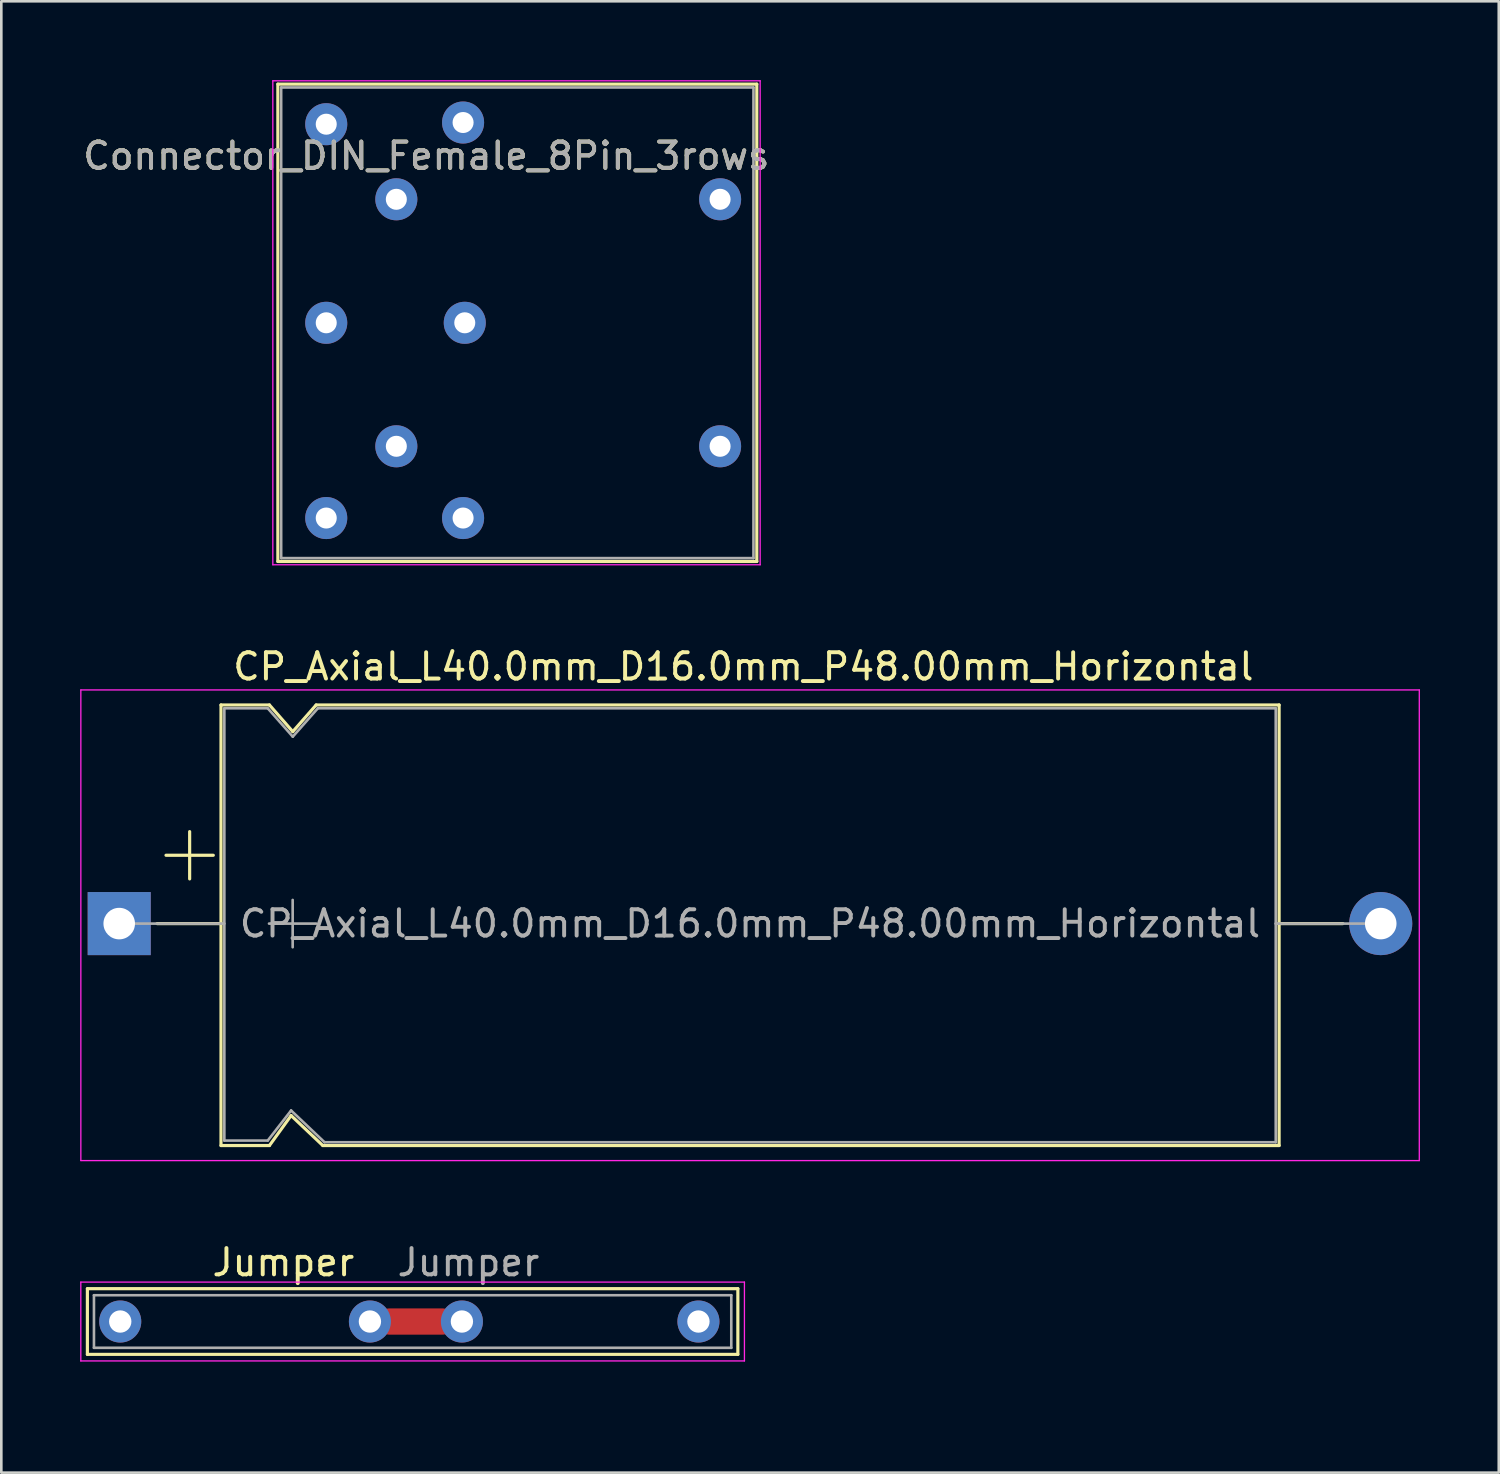
<source format=kicad_pcb>
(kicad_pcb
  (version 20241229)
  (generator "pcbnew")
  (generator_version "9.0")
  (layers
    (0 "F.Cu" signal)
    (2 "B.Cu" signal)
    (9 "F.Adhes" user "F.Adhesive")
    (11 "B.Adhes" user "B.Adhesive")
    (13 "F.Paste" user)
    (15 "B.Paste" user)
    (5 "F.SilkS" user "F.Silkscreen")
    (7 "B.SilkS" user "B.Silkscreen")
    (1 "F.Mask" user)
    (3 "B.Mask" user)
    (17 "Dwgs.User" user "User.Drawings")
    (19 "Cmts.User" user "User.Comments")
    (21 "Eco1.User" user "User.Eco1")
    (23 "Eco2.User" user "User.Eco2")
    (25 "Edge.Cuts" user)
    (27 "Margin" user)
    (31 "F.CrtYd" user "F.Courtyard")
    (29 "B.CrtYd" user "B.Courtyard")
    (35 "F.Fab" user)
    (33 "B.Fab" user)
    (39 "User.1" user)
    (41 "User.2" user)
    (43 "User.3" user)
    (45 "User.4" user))
  (footprint "Connector_DIN_Female_8Pin_3rows"
    (layer "F.Cu")
    (at 14.443 9.232)
    (property "Reference" "Connector_DIN_Female_8Pin_3rows" (at -1.27 -6.35 0) (layer "F.SilkS") (effects (font (size 1 1) (thickness 0.15))))
    (attr through_hole)
    (fp_line (start -6.921 -9.081) (end -6.921 9.081) (stroke (width 0.12) (type solid)) (layer "F.SilkS"))
    (fp_line (start -6.921 -9.081) (end 11.303 -9.081) (stroke (width 0.12) (type solid)) (layer "F.SilkS"))
    (fp_line (start -6.921 9.081) (end 11.303 9.081) (stroke (width 0.12) (type solid)) (layer "F.SilkS"))
    (fp_line (start 11.303 -9.081) (end 11.303 9.081) (stroke (width 0.12) (type solid)) (layer "F.SilkS"))
    (fp_line (start -7.112 -9.207) (end -7.112 9.207) (stroke (width 0.05) (type solid)) (layer "F.CrtYd"))
    (fp_line (start -7.112 -9.207) (end 11.43 -9.207) (stroke (width 0.05) (type solid)) (layer "F.CrtYd"))
    (fp_line (start 11.43 9.207) (end -7.112 9.207) (stroke (width 0.05) (type solid)) (layer "F.CrtYd"))
    (fp_line (start 11.43 9.207) (end 11.43 -9.207) (stroke (width 0.05) (type solid)) (layer "F.CrtYd"))
    (fp_line (start -6.795 -8.954) (end 11.176 -8.954) (stroke (width 0.1) (type solid)) (layer "F.Fab"))
    (fp_line (start -6.795 8.954) (end -6.795 -8.954) (stroke (width 0.1) (type solid)) (layer "F.Fab"))
    (fp_line (start 11.176 -8.954) (end 11.176 8.954) (stroke (width 0.1) (type solid)) (layer "F.Fab"))
    (fp_line (start 11.176 8.954) (end -6.795 8.954) (stroke (width 0.1) (type solid)) (layer "F.Fab"))
    (fp_text user "${REFERENCE}" (at -1.27 -6.35 0) (layer "F.Fab") (effects (font (size 1 1) (thickness 0.15))))
    (pad "1" thru_hole circle (at -5.08 -7.556) (size 1.6 1.6) (drill 0.8) (layers "*.Cu" "*.Mask"))
    (pad "2" thru_hole circle (at -5.08 0) (size 1.6 1.6) (drill 0.8) (layers "*.Cu" "*.Mask"))
    (pad "3" thru_hole circle (at -2.413 -4.699) (size 1.6 1.6) (drill 0.8) (layers "*.Cu" "*.Mask"))
    (pad "3" thru_hole circle (at -2.413 4.699) (size 1.6 1.6) (drill 0.8) (layers "*.Cu" "*.Mask"))
    (pad "4" thru_hole circle (at -5.08 7.429) (size 1.6 1.6) (drill 0.8) (layers "*.Cu" "*.Mask"))
    (pad "5" thru_hole circle (at 0.191 0) (size 1.6 1.6) (drill 0.8) (layers "*.Cu" "*.Mask"))
    (pad "6" thru_hole circle (at 0.127 -7.62) (size 1.6 1.6) (drill 0.8) (layers "*.Cu" "*.Mask"))
    (pad "6" thru_hole circle (at 9.906 -4.699) (size 1.6 1.6) (drill 0.8) (layers "*.Cu" "*.Mask"))
    (pad "7" thru_hole circle (at 9.906 4.699) (size 1.6 1.6) (drill 0.8) (layers "*.Cu" "*.Mask"))
    (pad "8" thru_hole circle (at 0.127 7.429) (size 1.6 1.6) (drill 0.8) (layers "*.Cu" "*.Mask")))
  (footprint "Jumper"
    (layer "F.Cu")
    (at 6.275 49.733)
    (property "Reference" "Jumper" (at 1.457 -4.75 0) (layer "F.SilkS") (effects (font (size 1 1) (thickness 0.15))))
    (attr through_hole)
    (fp_line (start 5.5 -2.5) (end 7.5 -2.5) (stroke (width 1) (type solid)) (layer "F.Cu"))
    (fp_line (start -6 -3.75) (end -6 -1.25) (stroke (width 0.12) (type solid)) (layer "F.SilkS"))
    (fp_line (start -6 -1.25) (end 18.75 -1.25) (stroke (width 0.12) (type solid)) (layer "F.SilkS"))
    (fp_line (start 18.75 -3.75) (end -6 -3.75) (stroke (width 0.12) (type solid)) (layer "F.SilkS"))
    (fp_line (start 18.75 -1.25) (end 18.75 -3.75) (stroke (width 0.12) (type solid)) (layer "F.SilkS"))
    (fp_line (start -6.25 -4) (end -6.25 -1) (stroke (width 0.05) (type solid)) (layer "F.CrtYd"))
    (fp_line (start -6.25 -1) (end 19 -1) (stroke (width 0.05) (type solid)) (layer "F.CrtYd"))
    (fp_line (start 19 -4) (end -6.25 -4) (stroke (width 0.05) (type solid)) (layer "F.CrtYd"))
    (fp_line (start 19 -1) (end 19 -4) (stroke (width 0.05) (type solid)) (layer "F.CrtYd"))
    (fp_line (start -5.75 -3.5) (end -5.75 -1.5) (stroke (width 0.1) (type solid)) (layer "F.Fab"))
    (fp_line (start 18.5 -3.5) (end -5.75 -3.5) (stroke (width 0.1) (type solid)) (layer "F.Fab"))
    (fp_line (start 18.5 -3.5) (end 18.5 -1.5) (stroke (width 0.1) (type solid)) (layer "F.Fab"))
    (fp_line (start 18.5 -1.5) (end -5.75 -1.5) (stroke (width 0.1) (type solid)) (layer "F.Fab"))
    (fp_text user "${REFERENCE}" (at 8.5 -4.75 0) (layer "F.Fab") (effects (font (size 1 1) (thickness 0.15))))
    (pad "1" thru_hole oval (at -4.75 -2.5) (size 1.6 1.6) (drill 0.85) (layers "*.Cu" "*.Mask"))
    (pad "2" thru_hole oval (at 4.75 -2.5) (size 1.6 1.6) (drill 0.85) (layers "*.Cu" "*.Mask"))
    (pad "3" thru_hole oval (at 17.25 -2.5) (size 1.6 1.6) (drill 0.85) (layers "*.Cu" "*.Mask"))
    (pad "4" thru_hole oval (at 8.25 -2.5) (size 1.6 1.6) (drill 0.85) (layers "*.Cu" "*.Mask")))
  (footprint "CP_Axial_L40.0mm_D16.0mm_P48.00mm_Horizontal"
    (layer "F.Cu")
    (at 1.486 32.092)
    (property "Reference" "CP_Axial_L40.0mm_D16.0mm_P48.00mm_Horizontal" (at 23.749 -9.779 0) (layer "F.SilkS") (effects (font (size 1 1) (thickness 0.15))))
    (attr through_hole)
    (fp_line (start 1.44 0) (end 3.88 0) (stroke (width 0.12) (type solid)) (layer "F.SilkS"))
    (fp_line (start 1.78 -2.6) (end 3.58 -2.6) (stroke (width 0.12) (type solid)) (layer "F.SilkS"))
    (fp_line (start 2.68 -3.5) (end 2.68 -1.7) (stroke (width 0.12) (type solid)) (layer "F.SilkS"))
    (fp_line (start 3.873 -8.319) (end 3.873 8.445) (stroke (width 0.12) (type solid)) (layer "F.SilkS"))
    (fp_line (start 3.873 -8.319) (end 5.715 -8.319) (stroke (width 0.12) (type solid)) (layer "F.SilkS"))
    (fp_line (start 3.873 8.445) (end 5.715 8.445) (stroke (width 0.12) (type solid)) (layer "F.SilkS"))
    (fp_line (start 5.715 -8.319) (end 6.604 -7.303) (stroke (width 0.12) (type solid)) (layer "F.SilkS"))
    (fp_line (start 5.715 8.445) (end 6.54 7.303) (stroke (width 0.12) (type solid)) (layer "F.SilkS"))
    (fp_line (start 6.54 7.303) (end 7.747 8.445) (stroke (width 0.12) (type solid)) (layer "F.SilkS"))
    (fp_line (start 6.604 -7.303) (end 7.493 -8.319) (stroke (width 0.12) (type solid)) (layer "F.SilkS"))
    (fp_line (start 7.493 -8.319) (end 44.133 -8.319) (stroke (width 0.12) (type solid)) (layer "F.SilkS"))
    (fp_line (start 7.747 8.445) (end 44.133 8.445) (stroke (width 0.12) (type solid)) (layer "F.SilkS"))
    (fp_line (start 44.133 -8.319) (end 44.133 8.445) (stroke (width 0.12) (type solid)) (layer "F.SilkS"))
    (fp_line (start 46.56 0) (end 44.12 0) (stroke (width 0.12) (type solid)) (layer "F.SilkS"))
    (fp_line (start -1.46 -8.89) (end -1.46 9.017) (stroke (width 0.05) (type solid)) (layer "F.CrtYd"))
    (fp_line (start -1.46 9.017) (end 49.467 9.017) (stroke (width 0.05) (type solid)) (layer "F.CrtYd"))
    (fp_line (start 49.467 -8.89) (end -1.46 -8.89) (stroke (width 0.05) (type solid)) (layer "F.CrtYd"))
    (fp_line (start 49.467 9.017) (end 49.467 -8.89) (stroke (width 0.05) (type solid)) (layer "F.CrtYd"))
    (fp_line (start 0 0) (end 4 0) (stroke (width 0.1) (type solid)) (layer "F.Fab"))
    (fp_line (start 4 -8.191) (end 4 8.255) (stroke (width 0.1) (type solid)) (layer "F.Fab"))
    (fp_line (start 4 -8.191) (end 5.652 -8.191) (stroke (width 0.1) (type solid)) (layer "F.Fab"))
    (fp_line (start 4 8.255) (end 5.652 8.255) (stroke (width 0.1) (type solid)) (layer "F.Fab"))
    (fp_line (start 5.652 -8.191) (end 6.604 -7.112) (stroke (width 0.1) (type solid)) (layer "F.Fab"))
    (fp_line (start 5.652 8.255) (end 6.54 7.112) (stroke (width 0.1) (type solid)) (layer "F.Fab"))
    (fp_line (start 5.7 0) (end 7.5 0) (stroke (width 0.1) (type solid)) (layer "F.Fab"))
    (fp_line (start 6.54 7.112) (end 7.811 8.319) (stroke (width 0.1) (type solid)) (layer "F.Fab"))
    (fp_line (start 6.6 -0.9) (end 6.6 0.9) (stroke (width 0.1) (type solid)) (layer "F.Fab"))
    (fp_line (start 6.604 -7.112) (end 7.556 -8.191) (stroke (width 0.1) (type solid)) (layer "F.Fab"))
    (fp_line (start 7.556 -8.191) (end 44.005 -8.191) (stroke (width 0.1) (type solid)) (layer "F.Fab"))
    (fp_line (start 7.811 8.319) (end 44.005 8.319) (stroke (width 0.1) (type solid)) (layer "F.Fab"))
    (fp_line (start 44.005 -8.191) (end 44.005 8.319) (stroke (width 0.1) (type solid)) (layer "F.Fab"))
    (fp_line (start 48 0) (end 44 0) (stroke (width 0.1) (type solid)) (layer "F.Fab"))
    (fp_text user "${REFERENCE}" (at 24 0 0) (layer "F.Fab") (effects (font (size 1 1) (thickness 0.15))))
    (pad "1" thru_hole rect (at 0 0) (size 2.4 2.4) (drill 1.2) (layers "*.Cu" "*.Mask"))
    (pad "2" thru_hole oval (at 48 0) (size 2.4 2.4) (drill 1.2) (layers "*.Cu" "*.Mask")))
  (gr_rect
    (start -3 -3)
    (end 53.977 52.983)
    (stroke (width 0.1) (type default))
    (fill no)
    (layer "Edge.Cuts")))
</source>
